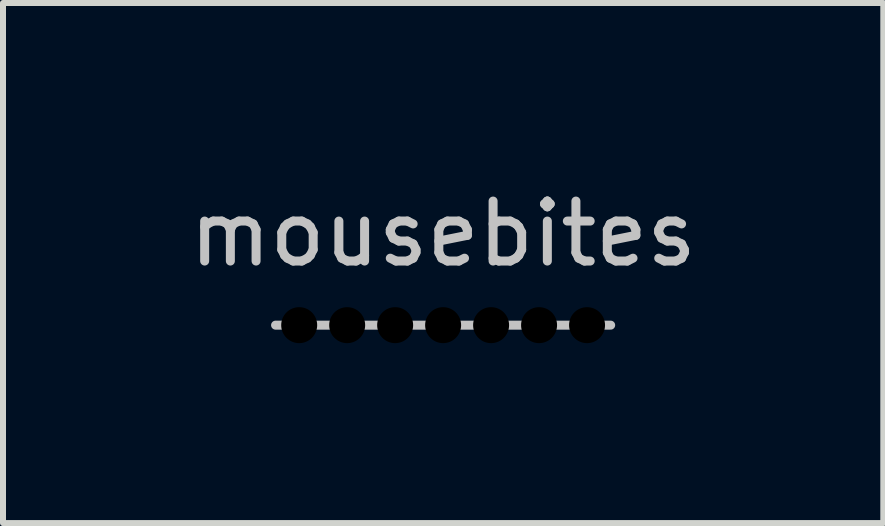
<source format=kicad_pcb>
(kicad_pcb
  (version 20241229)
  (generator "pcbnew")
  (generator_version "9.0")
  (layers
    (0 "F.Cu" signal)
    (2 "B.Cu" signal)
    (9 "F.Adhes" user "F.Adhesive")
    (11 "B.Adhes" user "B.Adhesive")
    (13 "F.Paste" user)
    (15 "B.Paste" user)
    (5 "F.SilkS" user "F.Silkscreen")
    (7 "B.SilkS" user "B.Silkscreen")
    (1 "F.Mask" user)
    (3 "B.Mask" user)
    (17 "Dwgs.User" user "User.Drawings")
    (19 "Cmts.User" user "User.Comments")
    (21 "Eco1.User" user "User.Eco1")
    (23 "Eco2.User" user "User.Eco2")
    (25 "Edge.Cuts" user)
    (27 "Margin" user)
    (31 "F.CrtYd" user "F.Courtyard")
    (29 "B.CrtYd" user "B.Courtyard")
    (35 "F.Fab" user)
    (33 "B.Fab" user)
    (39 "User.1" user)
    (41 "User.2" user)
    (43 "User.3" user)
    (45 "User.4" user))
  (footprint "mousebites"
    (layer "F.Cu")
    (at 4.339 2.372)
    (property "Reference" "mousebites" (at 0 -1.524 0) (layer "Dwgs.User") (effects (font (size 1 1) (thickness 0.15))))
    (attr exclude_from_pos_files exclude_from_bom)
    (fp_line (start -2.794 0) (end 2.794 0) (stroke (width 0.15) (type solid)) (layer "Dwgs.User"))
    (pad "" np_thru_hole circle (at -2.4 0) (size 0.6 0.6) (drill 0.6) (layers "*.Mask"))
    (pad "" np_thru_hole circle (at -1.6 0) (size 0.6 0.6) (drill 0.6) (layers "*.Mask"))
    (pad "" np_thru_hole circle (at -0.8 0) (size 0.6 0.6) (drill 0.6) (layers "*.Mask"))
    (pad "" np_thru_hole circle (at 0 0) (size 0.6 0.6) (drill 0.6) (layers "*.Mask"))
    (pad "" np_thru_hole circle (at 0.8 0) (size 0.6 0.6) (drill 0.6) (layers "*.Mask"))
    (pad "" np_thru_hole circle (at 1.6 0) (size 0.6 0.6) (drill 0.6) (layers "*.Mask"))
    (pad "" np_thru_hole circle (at 2.4 0) (size 0.6 0.6) (drill 0.6) (layers "*.Mask")))
  (gr_rect
    (start -3 -3)
    (end 11.679 5.672)
    (stroke (width 0.1) (type default))
    (fill no)
    (layer "Edge.Cuts")))
</source>
